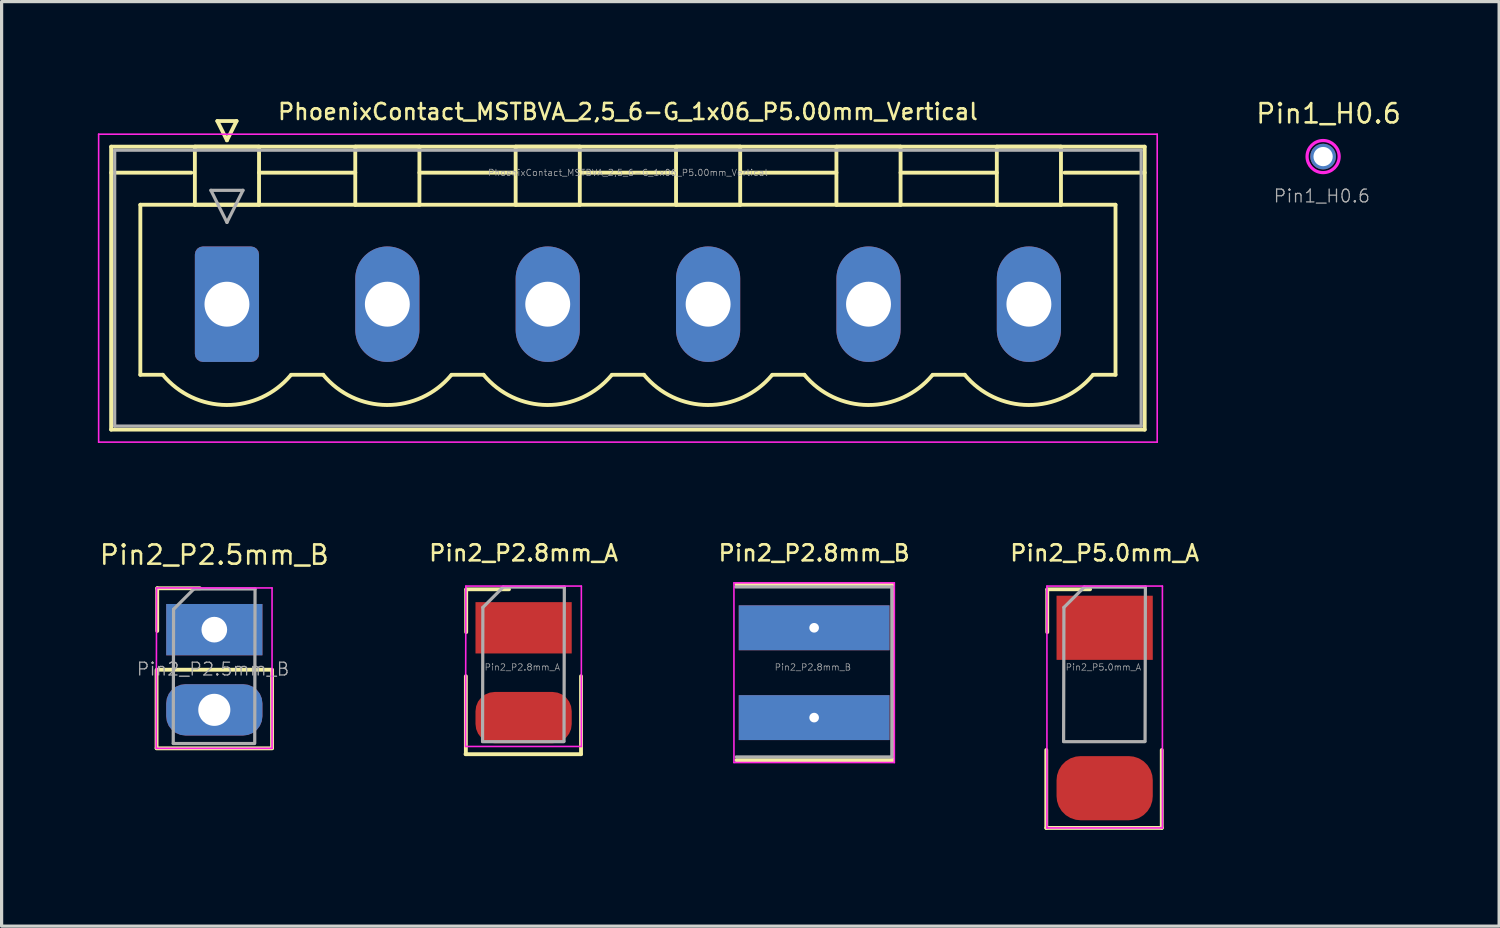
<source format=kicad_pcb>
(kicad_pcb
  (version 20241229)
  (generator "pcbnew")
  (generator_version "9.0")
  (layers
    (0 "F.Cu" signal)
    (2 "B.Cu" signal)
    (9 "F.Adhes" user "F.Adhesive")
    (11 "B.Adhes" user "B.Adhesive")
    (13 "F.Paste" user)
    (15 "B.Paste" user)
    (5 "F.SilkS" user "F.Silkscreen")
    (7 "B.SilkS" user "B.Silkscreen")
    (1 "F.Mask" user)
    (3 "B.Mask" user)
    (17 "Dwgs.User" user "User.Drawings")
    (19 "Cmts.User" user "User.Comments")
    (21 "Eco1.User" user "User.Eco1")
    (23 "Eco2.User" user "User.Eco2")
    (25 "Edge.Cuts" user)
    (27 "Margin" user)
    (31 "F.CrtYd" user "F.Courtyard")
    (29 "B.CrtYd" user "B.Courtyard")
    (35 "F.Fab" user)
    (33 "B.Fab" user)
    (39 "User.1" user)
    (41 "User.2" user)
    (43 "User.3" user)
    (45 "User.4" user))
  (footprint "Pin2_P2.8mm_B"
    (layer "F.Cu")
    (at 22.33 16.521)
    (property "Reference" "Pin2_P2.8mm_B" (at 0 -2.33 0) (layer "F.SilkS") (effects (font (size 0.5 0.5) (thickness 0.08))))
    (attr through_hole)
    (fp_line (start -2.425 -1.35) (end 2.45 -1.35) (stroke (width 0.12) (type solid)) (layer "F.SilkS"))
    (fp_line (start -2.425 4.125) (end 2.45 4.125) (stroke (width 0.12) (type solid)) (layer "F.SilkS"))
    (fp_line (start 2.45 -1.35) (end 2.45 4.125) (stroke (width 0.12) (type solid)) (layer "F.SilkS"))
    (fp_line (start -2.5 -1.4) (end -2.5 4.2) (stroke (width 0.05) (type solid)) (layer "F.CrtYd"))
    (fp_line (start -2.5 4.2) (end 2.5 4.2) (stroke (width 0.05) (type solid)) (layer "F.CrtYd"))
    (fp_line (start 2.5 -1.4) (end -2.5 -1.4) (stroke (width 0.05) (type solid)) (layer "F.CrtYd"))
    (fp_line (start 2.5 4.2) (end 2.5 -1.4) (stroke (width 0.05) (type solid)) (layer "F.CrtYd"))
    (fp_line (start -2.45 -1.275) (end 2.425 -1.275) (stroke (width 0.1) (type solid)) (layer "F.Fab"))
    (fp_line (start 2.425 -1.275) (end 2.425 4.025) (stroke (width 0.1) (type solid)) (layer "F.Fab"))
    (fp_line (start 2.425 4.025) (end -2.425 4.025) (stroke (width 0.1) (type solid)) (layer "F.Fab"))
    (fp_text user "${REFERENCE}" (at -0.04 1.23 180) (layer "F.Fab") (effects (font (size 0.2 0.2) (thickness 0.02))))
    (pad "1" thru_hole rect (at 0 0) (size 4.7 1.4) (drill 0.3) (layers "*.Cu" "*.Mask"))
    (pad "2" thru_hole rect (at 0 2.8) (size 4.7 1.4) (drill 0.3) (layers "*.Cu" "*.Mask")))
  (footprint "Pin1_H0.6"
    (layer "F.Cu")
    (at 38.197 1.831)
    (property "Reference" "Pin1_H0.6" (at 0.17 -1.34 0) (layer "F.SilkS") (effects (font (size 0.6 0.6) (thickness 0.08))))
    (attr through_hole)
    (fp_circle (center 0 0) (end 0.5 0) (stroke (width 0.1) (type solid)) (fill no) (layer "F.CrtYd"))
    (fp_text user "${REFERENCE}" (at -0.04 1.23 180) (layer "F.Fab") (effects (font (size 0.4 0.4) (thickness 0.04))))
    (pad "1" thru_hole circle (at 0 0) (size 0.8 0.8) (drill 0.6) (layers "*.Cu" "*.Mask")))
  (footprint "Pin2_P2.5mm_B"
    (layer "F.Cu")
    (at 3.631 16.579)
    (property "Reference" "Pin2_P2.5mm_B" (at 0 -2.33 0) (layer "F.SilkS") (effects (font (size 0.6 0.6) (thickness 0.08))))
    (attr through_hole)
    (fp_line (start -1.8 1.26) (end -1.8 3.69) (stroke (width 0.12) (type solid)) (layer "F.SilkS"))
    (fp_line (start -1.8 3.7) (end 1.8 3.7) (stroke (width 0.12) (type solid)) (layer "F.SilkS"))
    (fp_line (start -1.79 1.25) (end 1.8 1.25) (stroke (width 0.12) (type solid)) (layer "F.SilkS"))
    (fp_line (start -1.78 -1.29) (end -0.45 -1.29) (stroke (width 0.12) (type solid)) (layer "F.SilkS"))
    (fp_line (start -1.78 0.04) (end -1.78 -1.29) (stroke (width 0.12) (type solid)) (layer "F.SilkS"))
    (fp_line (start 1.8 1.26) (end 1.8 3.69) (stroke (width 0.12) (type solid)) (layer "F.SilkS"))
    (fp_line (start -1.8 -1.3) (end -1.81 3.7) (stroke (width 0.05) (type solid)) (layer "F.CrtYd"))
    (fp_line (start -1.8 3.7) (end 1.8 3.7) (stroke (width 0.05) (type solid)) (layer "F.CrtYd"))
    (fp_line (start 1.8 -1.3) (end -1.8 -1.3) (stroke (width 0.05) (type solid)) (layer "F.CrtYd"))
    (fp_line (start 1.8 3.7) (end 1.8 -1.3) (stroke (width 0.05) (type solid)) (layer "F.CrtYd"))
    (fp_line (start -1.28 3.54) (end -1.27 -0.635) (stroke (width 0.1) (type solid)) (layer "F.Fab"))
    (fp_line (start -1.27 -0.635) (end -0.635 -1.27) (stroke (width 0.1) (type solid)) (layer "F.Fab"))
    (fp_line (start -0.635 -1.27) (end 1.27 -1.27) (stroke (width 0.1) (type solid)) (layer "F.Fab"))
    (fp_line (start 1.25 3.55) (end -1.28 3.55) (stroke (width 0.1) (type solid)) (layer "F.Fab"))
    (fp_line (start 1.27 -1.27) (end 1.26 3.54) (stroke (width 0.1) (type solid)) (layer "F.Fab"))
    (fp_text user "${REFERENCE}" (at -0.04 1.23 180) (layer "F.Fab") (effects (font (size 0.4 0.4) (thickness 0.04))))
    (pad "1" thru_hole rect (at 0 0) (size 3 1.6) (drill 0.8) (layers "*.Cu" "*.Mask"))
    (pad "2" thru_hole roundrect (at 0 2.5) (size 3 1.6) (drill 1) (layers "*.Cu" "*.Mask") (roundrect_rratio 0.375)))
  (footprint "Pin2_P5.0mm_A"
    (layer "F.Cu")
    (at 31.387 16.521)
    (property "Reference" "Pin2_P5.0mm_A" (at 0 -2.33 0) (layer "F.SilkS") (effects (font (size 0.5 0.5) (thickness 0.08))))
    (attr through_hole)
    (fp_line (start -1.82 3.81) (end -1.82 6.24) (stroke (width 0.12) (type solid)) (layer "F.SilkS"))
    (fp_line (start -1.82 6.24) (end 1.78 6.24) (stroke (width 0.12) (type solid)) (layer "F.SilkS"))
    (fp_line (start -1.79 0.135) (end -1.79 -1.195) (stroke (width 0.12) (type solid)) (layer "F.SilkS"))
    (fp_line (start -1.785 -1.2) (end -0.455 -1.2) (stroke (width 0.12) (type solid)) (layer "F.SilkS"))
    (fp_line (start 1.78 3.81) (end 1.78 6.24) (stroke (width 0.12) (type solid)) (layer "F.SilkS"))
    (fp_line (start -1.8 -1.3) (end -1.8 6.24) (stroke (width 0.05) (type solid)) (layer "F.CrtYd"))
    (fp_line (start -1.8 6.24) (end 1.8 6.24) (stroke (width 0.05) (type solid)) (layer "F.CrtYd"))
    (fp_line (start 1.8 -1.3) (end -1.8 -1.3) (stroke (width 0.05) (type solid)) (layer "F.CrtYd"))
    (fp_line (start 1.8 6.24) (end 1.8 -1.3) (stroke (width 0.05) (type solid)) (layer "F.CrtYd"))
    (fp_line (start -1.28 3.54) (end -1.27 -0.635) (stroke (width 0.1) (type solid)) (layer "F.Fab"))
    (fp_line (start -1.27 -0.635) (end -0.635 -1.27) (stroke (width 0.1) (type solid)) (layer "F.Fab"))
    (fp_line (start -0.635 -1.27) (end 1.27 -1.27) (stroke (width 0.1) (type solid)) (layer "F.Fab"))
    (fp_line (start 1.25 3.55) (end -1.28 3.55) (stroke (width 0.1) (type solid)) (layer "F.Fab"))
    (fp_line (start 1.27 -1.27) (end 1.26 3.54) (stroke (width 0.1) (type solid)) (layer "F.Fab"))
    (fp_text user "${REFERENCE}" (at -0.04 1.23 180) (layer "F.Fab") (effects (font (size 0.2 0.2) (thickness 0.02))))
    (pad "1" smd rect (at 0 0) (size 3 2) (layers "F.Cu" "F.Mask" "F.Paste"))
    (pad "2" smd roundrect (at 0 5) (size 3 2) (layers "F.Cu" "F.Mask" "F.Paste") (roundrect_rratio 0.375)))
  (footprint "Pin2_P2.8mm_A"
    (layer "F.Cu")
    (at 13.273 16.521)
    (property "Reference" "Pin2_P2.8mm_A" (at 0 -2.33 0) (layer "F.SilkS") (effects (font (size 0.5 0.5) (thickness 0.08))))
    (attr through_hole)
    (fp_line (start -1.81 3.94) (end 1.79 3.94) (stroke (width 0.12) (type solid)) (layer "F.SilkS"))
    (fp_line (start -1.8 1.51) (end -1.8 3.94) (stroke (width 0.12) (type solid)) (layer "F.SilkS"))
    (fp_line (start -1.79 0.135) (end -1.79 -1.195) (stroke (width 0.12) (type solid)) (layer "F.SilkS"))
    (fp_line (start -1.785 -1.2) (end -0.455 -1.2) (stroke (width 0.12) (type solid)) (layer "F.SilkS"))
    (fp_line (start 1.79 1.51) (end 1.79 3.94) (stroke (width 0.12) (type solid)) (layer "F.SilkS"))
    (fp_line (start -1.8 -1.3) (end -1.81 3.7) (stroke (width 0.05) (type solid)) (layer "F.CrtYd"))
    (fp_line (start -1.8 3.7) (end 1.8 3.7) (stroke (width 0.05) (type solid)) (layer "F.CrtYd"))
    (fp_line (start 1.8 -1.3) (end -1.8 -1.3) (stroke (width 0.05) (type solid)) (layer "F.CrtYd"))
    (fp_line (start 1.8 3.7) (end 1.8 -1.3) (stroke (width 0.05) (type solid)) (layer "F.CrtYd"))
    (fp_line (start -1.28 3.54) (end -1.27 -0.635) (stroke (width 0.1) (type solid)) (layer "F.Fab"))
    (fp_line (start -1.27 -0.635) (end -0.635 -1.27) (stroke (width 0.1) (type solid)) (layer "F.Fab"))
    (fp_line (start -0.635 -1.27) (end 1.27 -1.27) (stroke (width 0.1) (type solid)) (layer "F.Fab"))
    (fp_line (start 1.25 3.55) (end -1.28 3.55) (stroke (width 0.1) (type solid)) (layer "F.Fab"))
    (fp_line (start 1.27 -1.27) (end 1.26 3.54) (stroke (width 0.1) (type solid)) (layer "F.Fab"))
    (fp_text user "${REFERENCE}" (at -0.04 1.23 180) (layer "F.Fab") (effects (font (size 0.2 0.2) (thickness 0.02))))
    (pad "1" smd rect (at 0 0) (size 3 1.6) (layers "F.Cu" "F.Mask" "F.Paste"))
    (pad "2" smd roundrect (at 0 2.8) (size 3 1.6) (layers "F.Cu" "F.Mask" "F.Paste") (roundrect_rratio 0.375)))
  (footprint "PhoenixContact_MSTBVA_2,5_6-G_1x06_P5.00mm_Vertical"
    (layer "F.Cu")
    (at 4.025 6.433)
    (property "Reference" "PhoenixContact_MSTBVA_2,5_6-G_1x06_P5.00mm_Vertical" (at 12.5 -6 0) (layer "F.SilkS") (effects (font (size 0.5 0.5) (thickness 0.08))))
    (attr through_hole)
    (fp_line (start -3.61 -4.91) (end -3.61 3.91) (stroke (width 0.12) (type solid)) (layer "F.SilkS"))
    (fp_line (start -3.61 -4.1) (end -1.11 -4.1) (stroke (width 0.12) (type solid)) (layer "F.SilkS"))
    (fp_line (start -3.61 3.91) (end 28.61 3.91) (stroke (width 0.12) (type solid)) (layer "F.SilkS"))
    (fp_line (start -2.7 -3.1) (end 27.7 -3.1) (stroke (width 0.12) (type solid)) (layer "F.SilkS"))
    (fp_line (start -2.7 2.2) (end -2.7 -3.1) (stroke (width 0.12) (type solid)) (layer "F.SilkS"))
    (fp_line (start -2 2.2) (end -2.7 2.2) (stroke (width 0.12) (type solid)) (layer "F.SilkS"))
    (fp_line (start -1 -4.91) (end 1 -4.91) (stroke (width 0.12) (type solid)) (layer "F.SilkS"))
    (fp_line (start -1 -3.1) (end -1 -4.91) (stroke (width 0.12) (type solid)) (layer "F.SilkS"))
    (fp_line (start -0.3 -5.71) (end 0.3 -5.71) (stroke (width 0.12) (type solid)) (layer "F.SilkS"))
    (fp_line (start 0 -5.11) (end -0.3 -5.71) (stroke (width 0.12) (type solid)) (layer "F.SilkS"))
    (fp_line (start 0.3 -5.71) (end 0 -5.11) (stroke (width 0.12) (type solid)) (layer "F.SilkS"))
    (fp_line (start 1 -4.91) (end 1 -3.1) (stroke (width 0.12) (type solid)) (layer "F.SilkS"))
    (fp_line (start 1 -4.1) (end 4 -4.1) (stroke (width 0.12) (type solid)) (layer "F.SilkS"))
    (fp_line (start 1 -3.1) (end -1 -3.1) (stroke (width 0.12) (type solid)) (layer "F.SilkS"))
    (fp_line (start 2 2.2) (end 3 2.2) (stroke (width 0.12) (type solid)) (layer "F.SilkS"))
    (fp_line (start 4 -4.91) (end 6 -4.91) (stroke (width 0.12) (type solid)) (layer "F.SilkS"))
    (fp_line (start 4 -3.1) (end 4 -4.91) (stroke (width 0.12) (type solid)) (layer "F.SilkS"))
    (fp_line (start 6 -4.91) (end 6 -3.1) (stroke (width 0.12) (type solid)) (layer "F.SilkS"))
    (fp_line (start 6 -4.1) (end 9 -4.1) (stroke (width 0.12) (type solid)) (layer "F.SilkS"))
    (fp_line (start 6 -3.1) (end 4 -3.1) (stroke (width 0.12) (type solid)) (layer "F.SilkS"))
    (fp_line (start 7 2.2) (end 8 2.2) (stroke (width 0.12) (type solid)) (layer "F.SilkS"))
    (fp_line (start 9 -4.91) (end 11 -4.91) (stroke (width 0.12) (type solid)) (layer "F.SilkS"))
    (fp_line (start 9 -3.1) (end 9 -4.91) (stroke (width 0.12) (type solid)) (layer "F.SilkS"))
    (fp_line (start 11 -4.91) (end 11 -3.1) (stroke (width 0.12) (type solid)) (layer "F.SilkS"))
    (fp_line (start 11 -4.1) (end 14 -4.1) (stroke (width 0.12) (type solid)) (layer "F.SilkS"))
    (fp_line (start 11 -3.1) (end 9 -3.1) (stroke (width 0.12) (type solid)) (layer "F.SilkS"))
    (fp_line (start 12 2.2) (end 13 2.2) (stroke (width 0.12) (type solid)) (layer "F.SilkS"))
    (fp_line (start 14 -4.91) (end 16 -4.91) (stroke (width 0.12) (type solid)) (layer "F.SilkS"))
    (fp_line (start 14 -3.1) (end 14 -4.91) (stroke (width 0.12) (type solid)) (layer "F.SilkS"))
    (fp_line (start 16 -4.91) (end 16 -3.1) (stroke (width 0.12) (type solid)) (layer "F.SilkS"))
    (fp_line (start 16 -4.1) (end 19 -4.1) (stroke (width 0.12) (type solid)) (layer "F.SilkS"))
    (fp_line (start 16 -3.1) (end 14 -3.1) (stroke (width 0.12) (type solid)) (layer "F.SilkS"))
    (fp_line (start 17 2.2) (end 18 2.2) (stroke (width 0.12) (type solid)) (layer "F.SilkS"))
    (fp_line (start 19 -4.91) (end 21 -4.91) (stroke (width 0.12) (type solid)) (layer "F.SilkS"))
    (fp_line (start 19 -3.1) (end 19 -4.91) (stroke (width 0.12) (type solid)) (layer "F.SilkS"))
    (fp_line (start 21 -4.91) (end 21 -3.1) (stroke (width 0.12) (type solid)) (layer "F.SilkS"))
    (fp_line (start 21 -4.1) (end 24 -4.1) (stroke (width 0.12) (type solid)) (layer "F.SilkS"))
    (fp_line (start 21 -3.1) (end 19 -3.1) (stroke (width 0.12) (type solid)) (layer "F.SilkS"))
    (fp_line (start 22 2.2) (end 23 2.2) (stroke (width 0.12) (type solid)) (layer "F.SilkS"))
    (fp_line (start 24 -4.91) (end 26 -4.91) (stroke (width 0.12) (type solid)) (layer "F.SilkS"))
    (fp_line (start 24 -3.1) (end 24 -4.91) (stroke (width 0.12) (type solid)) (layer "F.SilkS"))
    (fp_line (start 26 -4.91) (end 26 -3.1) (stroke (width 0.12) (type solid)) (layer "F.SilkS"))
    (fp_line (start 26 -3.1) (end 24 -3.1) (stroke (width 0.12) (type solid)) (layer "F.SilkS"))
    (fp_line (start 27.7 -3.1) (end 27.7 2.2) (stroke (width 0.12) (type solid)) (layer "F.SilkS"))
    (fp_line (start 27.7 2.2) (end 27 2.2) (stroke (width 0.12) (type solid)) (layer "F.SilkS"))
    (fp_line (start 28.61 -4.91) (end -3.61 -4.91) (stroke (width 0.12) (type solid)) (layer "F.SilkS"))
    (fp_line (start 28.61 -4.1) (end 26.11 -4.1) (stroke (width 0.12) (type solid)) (layer "F.SilkS"))
    (fp_line (start 28.61 3.91) (end 28.61 -4.91) (stroke (width 0.12) (type solid)) (layer "F.SilkS"))
    (fp_arc (start 1.986842 2.215821) (mid -0.010289 3.142758) (end -2 2.2) (stroke (width 0.12) (type solid)) (layer "F.SilkS"))
    (fp_arc (start 6.986842 2.215821) (mid 4.989711 3.142758) (end 3 2.2) (stroke (width 0.12) (type solid)) (layer "F.SilkS"))
    (fp_arc (start 11.986842 2.215821) (mid 9.989711 3.142758) (end 8 2.2) (stroke (width 0.12) (type solid)) (layer "F.SilkS"))
    (fp_arc (start 16.986842 2.215821) (mid 14.989711 3.142758) (end 13 2.2) (stroke (width 0.12) (type solid)) (layer "F.SilkS"))
    (fp_arc (start 21.986842 2.215821) (mid 19.989711 3.142758) (end 18 2.2) (stroke (width 0.12) (type solid)) (layer "F.SilkS"))
    (fp_arc (start 26.986842 2.215821) (mid 24.989711 3.142758) (end 23 2.2) (stroke (width 0.12) (type solid)) (layer "F.SilkS"))
    (fp_line (start -4 -5.3) (end -4 4.3) (stroke (width 0.05) (type solid)) (layer "F.CrtYd"))
    (fp_line (start -4 4.3) (end 29 4.3) (stroke (width 0.05) (type solid)) (layer "F.CrtYd"))
    (fp_line (start 29 -5.3) (end -4 -5.3) (stroke (width 0.05) (type solid)) (layer "F.CrtYd"))
    (fp_line (start 29 4.3) (end 29 -5.3) (stroke (width 0.05) (type solid)) (layer "F.CrtYd"))
    (fp_line (start -3.5 -4.8) (end -3.5 3.8) (stroke (width 0.1) (type solid)) (layer "F.Fab"))
    (fp_line (start -3.5 3.8) (end 28.5 3.8) (stroke (width 0.1) (type solid)) (layer "F.Fab"))
    (fp_line (start -0.5 -3.55) (end 0.5 -3.55) (stroke (width 0.1) (type solid)) (layer "F.Fab"))
    (fp_line (start 0 -2.55) (end -0.5 -3.55) (stroke (width 0.1) (type solid)) (layer "F.Fab"))
    (fp_line (start 0.5 -3.55) (end 0 -2.55) (stroke (width 0.1) (type solid)) (layer "F.Fab"))
    (fp_line (start 28.5 -4.8) (end -3.5 -4.8) (stroke (width 0.1) (type solid)) (layer "F.Fab"))
    (fp_line (start 28.5 3.8) (end 28.5 -4.8) (stroke (width 0.1) (type solid)) (layer "F.Fab"))
    (fp_text user "${REFERENCE}" (at 12.5 -4.1 0) (layer "F.Fab") (effects (font (size 0.2 0.2) (thickness 0.02))))
    (pad "1" thru_hole roundrect (at 0 0) (size 2 3.6) (drill 1.4) (layers "*.Cu" "*.Mask") (roundrect_rratio 0.125))
    (pad "2" thru_hole oval (at 5 0) (size 2 3.6) (drill 1.4) (layers "*.Cu" "*.Mask"))
    (pad "3" thru_hole oval (at 10 0) (size 2 3.6) (drill 1.4) (layers "*.Cu" "*.Mask"))
    (pad "4" thru_hole oval (at 15 0) (size 2 3.6) (drill 1.4) (layers "*.Cu" "*.Mask"))
    (pad "5" thru_hole oval (at 20 0) (size 2 3.6) (drill 1.4) (layers "*.Cu" "*.Mask"))
    (pad "6" thru_hole oval (at 25 0) (size 2 3.6) (drill 1.4) (layers "*.Cu" "*.Mask")))
  (gr_rect
    (start -3 -3)
    (end 43.684 25.821)
    (stroke (width 0.1) (type default))
    (fill no)
    (layer "Edge.Cuts")))
</source>
